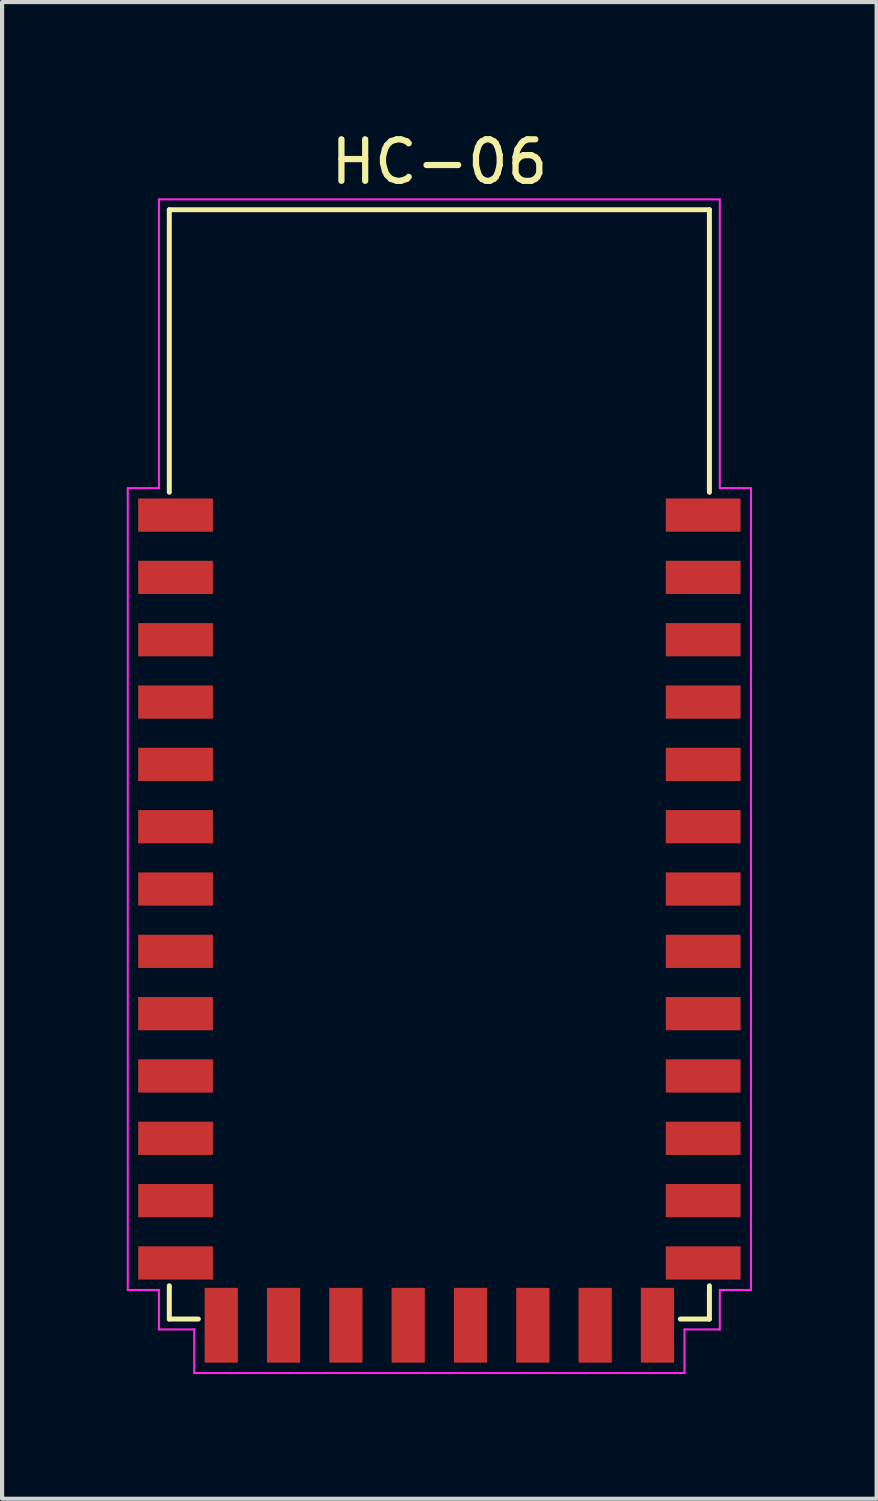
<source format=kicad_pcb>
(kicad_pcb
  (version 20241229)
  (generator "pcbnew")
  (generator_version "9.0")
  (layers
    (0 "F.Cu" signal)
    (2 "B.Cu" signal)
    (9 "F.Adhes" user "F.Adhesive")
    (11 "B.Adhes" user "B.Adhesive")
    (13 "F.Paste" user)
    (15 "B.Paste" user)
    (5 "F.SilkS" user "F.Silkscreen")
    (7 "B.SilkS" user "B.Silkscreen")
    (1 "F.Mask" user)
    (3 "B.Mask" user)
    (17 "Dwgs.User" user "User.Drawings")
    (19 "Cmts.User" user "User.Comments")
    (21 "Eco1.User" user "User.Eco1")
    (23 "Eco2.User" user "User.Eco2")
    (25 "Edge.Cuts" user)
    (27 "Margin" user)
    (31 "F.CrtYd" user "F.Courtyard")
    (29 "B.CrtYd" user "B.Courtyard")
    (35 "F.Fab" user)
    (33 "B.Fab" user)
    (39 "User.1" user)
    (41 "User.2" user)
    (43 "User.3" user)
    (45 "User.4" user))
  (footprint "HC-06"
    (layer "F.Cu")
    (at 7.525 15.348)
    (property "Reference" "HC-06" (at 0 -14.5 0) (layer "F.SilkS") (effects (font (size 1 1) (thickness 0.15))))
    (attr through_hole)
    (fp_line (start -6.5 -13.35) (end 6.5 -13.35) (stroke (width 0.12) (type solid)) (layer "F.SilkS"))
    (fp_line (start -6.5 -6.55) (end -6.5 -13.35) (stroke (width 0.12) (type solid)) (layer "F.SilkS"))
    (fp_line (start -6.5 12.55) (end -6.5 13.35) (stroke (width 0.12) (type solid)) (layer "F.SilkS"))
    (fp_line (start -6.5 13.35) (end -5.8 13.35) (stroke (width 0.12) (type solid)) (layer "F.SilkS"))
    (fp_line (start 5.8 13.35) (end 6.5 13.35) (stroke (width 0.12) (type solid)) (layer "F.SilkS"))
    (fp_line (start 6.5 -13.35) (end 6.5 -6.55) (stroke (width 0.12) (type solid)) (layer "F.SilkS"))
    (fp_line (start 6.5 13.35) (end 6.5 12.55) (stroke (width 0.12) (type solid)) (layer "F.SilkS"))
    (fp_line (start -7.5 12.65) (end -7.5 -6.65) (stroke (width 0.05) (type solid)) (layer "F.CrtYd"))
    (fp_line (start -7.5 12.65) (end -6.75 12.65) (stroke (width 0.05) (type solid)) (layer "F.CrtYd"))
    (fp_line (start -6.75 -13.6) (end -6.75 -6.65) (stroke (width 0.05) (type solid)) (layer "F.CrtYd"))
    (fp_line (start -6.75 -6.65) (end -7.5 -6.65) (stroke (width 0.05) (type solid)) (layer "F.CrtYd"))
    (fp_line (start -6.75 12.65) (end -6.75 13.6) (stroke (width 0.05) (type solid)) (layer "F.CrtYd"))
    (fp_line (start -6.75 13.6) (end -5.9 13.6) (stroke (width 0.05) (type solid)) (layer "F.CrtYd"))
    (fp_line (start -5.9 13.6) (end -5.9 14.65) (stroke (width 0.05) (type solid)) (layer "F.CrtYd"))
    (fp_line (start 5.9 13.6) (end 6.75 13.6) (stroke (width 0.05) (type solid)) (layer "F.CrtYd"))
    (fp_line (start 5.9 14.65) (end -5.9 14.65) (stroke (width 0.05) (type solid)) (layer "F.CrtYd"))
    (fp_line (start 5.9 14.65) (end 5.9 13.6) (stroke (width 0.05) (type solid)) (layer "F.CrtYd"))
    (fp_line (start 6.75 -13.6) (end -6.75 -13.6) (stroke (width 0.05) (type solid)) (layer "F.CrtYd"))
    (fp_line (start 6.75 -6.65) (end 6.75 -13.6) (stroke (width 0.05) (type solid)) (layer "F.CrtYd"))
    (fp_line (start 6.75 12.65) (end 7.5 12.65) (stroke (width 0.05) (type solid)) (layer "F.CrtYd"))
    (fp_line (start 6.75 13.6) (end 6.75 12.65) (stroke (width 0.05) (type solid)) (layer "F.CrtYd"))
    (fp_line (start 7.5 -6.65) (end 6.75 -6.65) (stroke (width 0.05) (type solid)) (layer "F.CrtYd"))
    (fp_line (start 7.5 -6.65) (end 7.5 12.65) (stroke (width 0.05) (type solid)) (layer "F.CrtYd"))
    (pad "1" smd rect (at -6.35 -6) (size 1.8 0.8) (layers "F.Cu" "F.Mask" "F.Paste"))
    (pad "2" smd rect (at -6.35 -4.5) (size 1.8 0.8) (layers "F.Cu" "F.Mask" "F.Paste"))
    (pad "3" smd rect (at -6.35 -3) (size 1.8 0.8) (layers "F.Cu" "F.Mask" "F.Paste"))
    (pad "4" smd rect (at -6.35 -1.5) (size 1.8 0.8) (layers "F.Cu" "F.Mask" "F.Paste"))
    (pad "5" smd rect (at -6.35 0) (size 1.8 0.8) (layers "F.Cu" "F.Mask" "F.Paste"))
    (pad "6" smd rect (at -6.35 1.5) (size 1.8 0.8) (layers "F.Cu" "F.Mask" "F.Paste"))
    (pad "7" smd rect (at -6.35 3) (size 1.8 0.8) (layers "F.Cu" "F.Mask" "F.Paste"))
    (pad "8" smd rect (at -6.35 4.5) (size 1.8 0.8) (layers "F.Cu" "F.Mask" "F.Paste"))
    (pad "9" smd rect (at -6.35 6) (size 1.8 0.8) (layers "F.Cu" "F.Mask" "F.Paste"))
    (pad "10" smd rect (at -6.35 7.5) (size 1.8 0.8) (layers "F.Cu" "F.Mask" "F.Paste"))
    (pad "11" smd rect (at -6.35 9) (size 1.8 0.8) (layers "F.Cu" "F.Mask" "F.Paste"))
    (pad "12" smd rect (at -6.35 10.5) (size 1.8 0.8) (layers "F.Cu" "F.Mask" "F.Paste"))
    (pad "13" smd rect (at -6.35 12) (size 1.8 0.8) (layers "F.Cu" "F.Mask" "F.Paste"))
    (pad "14" smd rect (at -5.25 13.5) (size 0.8 1.8) (layers "F.Cu" "F.Mask" "F.Paste"))
    (pad "15" smd rect (at -3.75 13.5) (size 0.8 1.8) (layers "F.Cu" "F.Mask" "F.Paste"))
    (pad "16" smd rect (at -2.25 13.5) (size 0.8 1.8) (layers "F.Cu" "F.Mask" "F.Paste"))
    (pad "17" smd rect (at -0.75 13.5) (size 0.8 1.8) (layers "F.Cu" "F.Mask" "F.Paste"))
    (pad "18" smd rect (at 0.75 13.5) (size 0.8 1.8) (layers "F.Cu" "F.Mask" "F.Paste"))
    (pad "19" smd rect (at 2.25 13.5) (size 0.8 1.8) (layers "F.Cu" "F.Mask" "F.Paste"))
    (pad "20" smd rect (at 3.75 13.5) (size 0.8 1.8) (layers "F.Cu" "F.Mask" "F.Paste"))
    (pad "21" smd rect (at 5.25 13.5) (size 0.8 1.8) (layers "F.Cu" "F.Mask" "F.Paste"))
    (pad "22" smd rect (at 6.35 12) (size 1.8 0.8) (layers "F.Cu" "F.Mask" "F.Paste"))
    (pad "23" smd rect (at 6.35 10.5) (size 1.8 0.8) (layers "F.Cu" "F.Mask" "F.Paste"))
    (pad "24" smd rect (at 6.35 9) (size 1.8 0.8) (layers "F.Cu" "F.Mask" "F.Paste"))
    (pad "25" smd rect (at 6.35 7.5) (size 1.8 0.8) (layers "F.Cu" "F.Mask" "F.Paste"))
    (pad "26" smd rect (at 6.35 6) (size 1.8 0.8) (layers "F.Cu" "F.Mask" "F.Paste"))
    (pad "27" smd rect (at 6.35 4.5) (size 1.8 0.8) (layers "F.Cu" "F.Mask" "F.Paste"))
    (pad "28" smd rect (at 6.35 3) (size 1.8 0.8) (layers "F.Cu" "F.Mask" "F.Paste"))
    (pad "29" smd rect (at 6.35 1.5) (size 1.8 0.8) (layers "F.Cu" "F.Mask" "F.Paste"))
    (pad "30" smd rect (at 6.35 0) (size 1.8 0.8) (layers "F.Cu" "F.Mask" "F.Paste"))
    (pad "31" smd rect (at 6.35 -1.5) (size 1.8 0.8) (layers "F.Cu" "F.Mask" "F.Paste"))
    (pad "32" smd rect (at 6.35 -3) (size 1.8 0.8) (layers "F.Cu" "F.Mask" "F.Paste"))
    (pad "33" smd rect (at 6.35 -4.5) (size 1.8 0.8) (layers "F.Cu" "F.Mask" "F.Paste"))
    (pad "34" smd rect (at 6.35 -6) (size 1.8 0.8) (layers "F.Cu" "F.Mask" "F.Paste")))
  (gr_rect
    (start -3 -3)
    (end 18.05 33.023)
    (stroke (width 0.1) (type default))
    (fill no)
    (layer "Edge.Cuts")))
</source>
